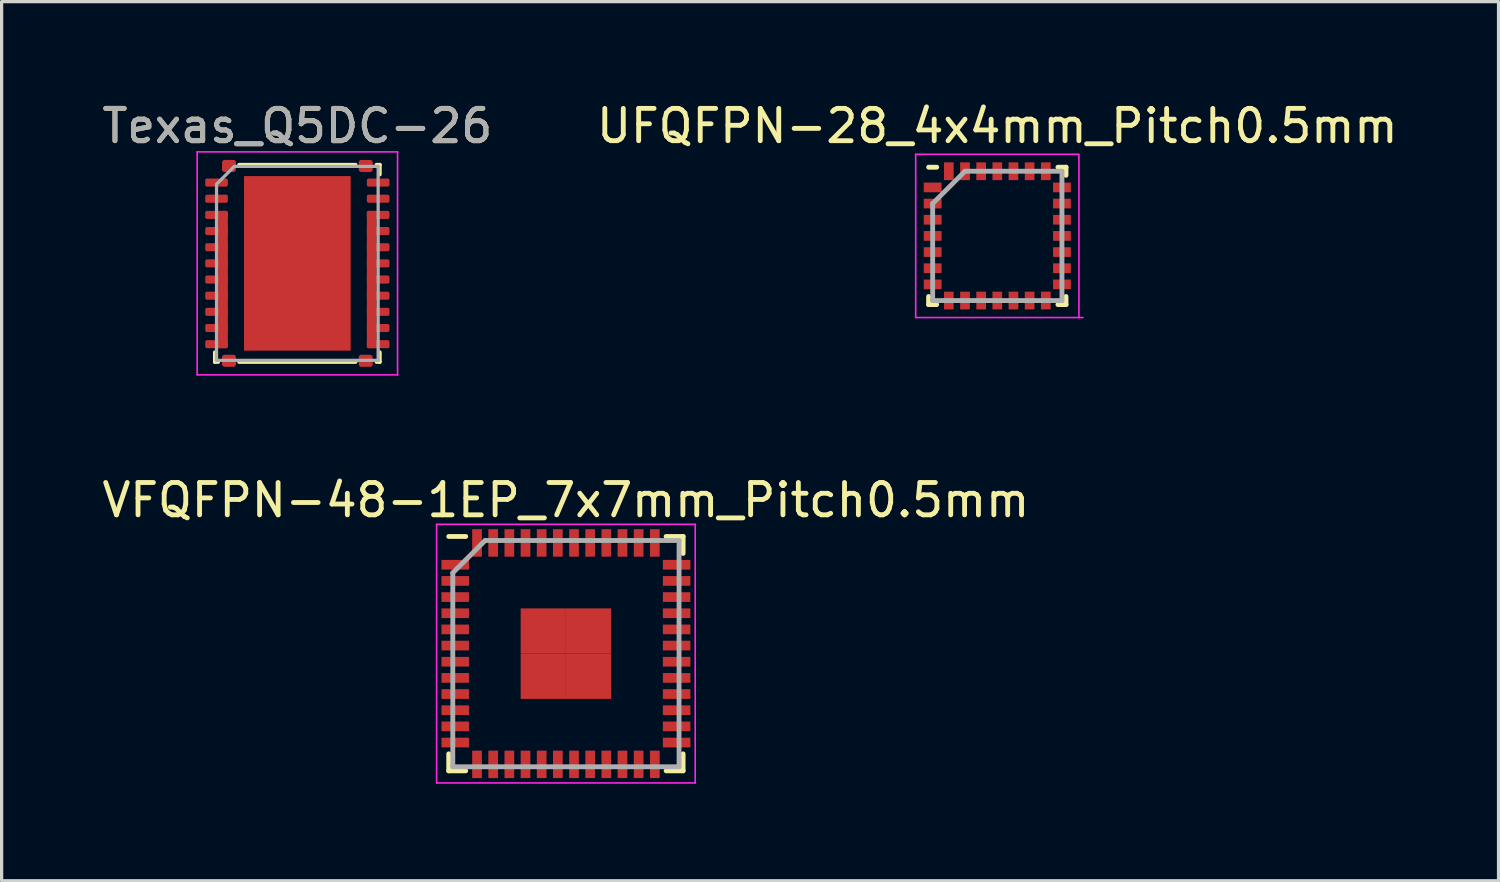
<source format=kicad_pcb>
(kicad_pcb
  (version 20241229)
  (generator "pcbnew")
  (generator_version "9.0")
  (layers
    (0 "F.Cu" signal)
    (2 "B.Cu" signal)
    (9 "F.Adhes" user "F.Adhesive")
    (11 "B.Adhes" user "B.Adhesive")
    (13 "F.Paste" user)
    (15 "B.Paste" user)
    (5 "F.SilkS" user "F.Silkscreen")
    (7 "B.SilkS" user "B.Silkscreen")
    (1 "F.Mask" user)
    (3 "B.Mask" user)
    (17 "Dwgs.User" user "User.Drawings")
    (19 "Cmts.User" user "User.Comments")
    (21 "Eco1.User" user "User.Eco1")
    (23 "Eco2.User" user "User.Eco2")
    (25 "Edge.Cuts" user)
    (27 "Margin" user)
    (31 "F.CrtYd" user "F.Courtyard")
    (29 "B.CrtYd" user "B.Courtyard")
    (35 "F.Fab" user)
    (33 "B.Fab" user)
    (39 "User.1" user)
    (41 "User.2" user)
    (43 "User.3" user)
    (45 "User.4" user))
  (footprint "Texas_Q5DC-26"
    (layer "F.Cu")
    (at 6.149 5.098)
    (property "Reference" "Texas_Q5DC-26" (at 0 -4.25 0) (layer "F.SilkS") (effects (font (size 1 1) (thickness 0.15))))
    (attr smd)
    (fp_line (start -2.55 3.05) (end -2.55 2.75) (stroke (width 0.12) (type solid)) (layer "F.SilkS"))
    (fp_line (start -2.55 3.05) (end -2.45 3.05) (stroke (width 0.12) (type solid)) (layer "F.SilkS"))
    (fp_line (start -1.8 -3.05) (end 1.8 -3.05) (stroke (width 0.12) (type solid)) (layer "F.SilkS"))
    (fp_line (start -1.8 3.05) (end 1.8 3.05) (stroke (width 0.12) (type solid)) (layer "F.SilkS"))
    (fp_line (start 2.45 -3.05) (end 2.55 -3.05) (stroke (width 0.12) (type solid)) (layer "F.SilkS"))
    (fp_line (start 2.45 3.05) (end 2.55 3.05) (stroke (width 0.12) (type solid)) (layer "F.SilkS"))
    (fp_line (start 2.55 -3.05) (end 2.55 -2.75) (stroke (width 0.12) (type solid)) (layer "F.SilkS"))
    (fp_line (start 2.55 3.05) (end 2.55 2.75) (stroke (width 0.12) (type solid)) (layer "F.SilkS"))
    (fp_line (start -3.1 -3.45) (end -3.1 3.45) (stroke (width 0.05) (type solid)) (layer "F.CrtYd"))
    (fp_line (start -3.1 -3.45) (end 3.1 -3.45) (stroke (width 0.05) (type solid)) (layer "F.CrtYd"))
    (fp_line (start -3.1 3.45) (end 3.1 3.45) (stroke (width 0.05) (type solid)) (layer "F.CrtYd"))
    (fp_line (start 3.1 -3.45) (end 3.1 3.45) (stroke (width 0.05) (type solid)) (layer "F.CrtYd"))
    (fp_line (start -2.5 -2.45) (end -2.5 3) (stroke (width 0.1) (type solid)) (layer "F.Fab"))
    (fp_line (start -2.5 3) (end 2.5 3) (stroke (width 0.1) (type solid)) (layer "F.Fab"))
    (fp_line (start -2.47 -2.48) (end -1.95 -3) (stroke (width 0.1) (type solid)) (layer "F.Fab"))
    (fp_line (start -1.95 -3) (end 2.5 -3) (stroke (width 0.1) (type solid)) (layer "F.Fab"))
    (fp_line (start 2.5 -3) (end 2.5 3) (stroke (width 0.1) (type solid)) (layer "F.Fab"))
    (fp_text user "${REFERENCE}" (at 0 -4.25 0) (layer "F.Fab") (effects (font (size 1 1) (thickness 0.15))))
    (pad "" smd rect (at -0.81 -1.98) (size 1.41 1.12) (layers "F.Paste"))
    (pad "" smd rect (at -0.81 -0.66) (size 1.41 1.12) (layers "F.Paste"))
    (pad "" smd rect (at -0.81 0.66) (size 1.41 1.12) (layers "F.Paste"))
    (pad "" smd rect (at -0.81 1.98) (size 1.41 1.12) (layers "F.Paste"))
    (pad "" smd rect (at 0.81 -1.98) (size 1.41 1.12) (layers "F.Paste"))
    (pad "" smd rect (at 0.81 -0.66) (size 1.41 1.12) (layers "F.Paste"))
    (pad "" smd rect (at 0.81 0.66) (size 1.41 1.12) (layers "F.Paste"))
    (pad "" smd rect (at 0.81 1.98) (size 1.41 1.12) (layers "F.Paste"))
    (pad "1" smd roundrect (at -2.5 -2.5) (size 0.7 0.25) (layers "F.Cu" "F.Mask" "F.Paste") (roundrect_rratio 0.21))
    (pad "2" smd roundrect (at -2.5 -2) (size 0.7 0.25) (layers "F.Cu" "F.Mask" "F.Paste") (roundrect_rratio 0.21))
    (pad "3" smd roundrect (at -2.5 -1.5) (size 0.7 0.25) (layers "F.Cu" "F.Mask" "F.Paste") (roundrect_rratio 0.21))
    (pad "3" smd roundrect (at -2.5 -1) (size 0.7 0.25) (layers "F.Cu" "F.Mask" "F.Paste") (roundrect_rratio 0.21))
    (pad "3" smd roundrect (at -2.5 -0.5) (size 0.7 0.25) (layers "F.Cu" "F.Mask" "F.Paste") (roundrect_rratio 0.21))
    (pad "3" smd roundrect (at -2.5 0) (size 0.7 0.25) (layers "F.Cu" "F.Mask" "F.Paste") (roundrect_rratio 0.21))
    (pad "3" smd roundrect (at -2.5 0.5) (size 0.7 0.25) (layers "F.Cu" "F.Mask" "F.Paste") (roundrect_rratio 0.21))
    (pad "3" smd roundrect (at -2.5 1) (size 0.7 0.25) (layers "F.Cu" "F.Mask" "F.Paste") (roundrect_rratio 0.21))
    (pad "3" smd roundrect (at -2.5 1.5) (size 0.7 0.25) (layers "F.Cu" "F.Mask" "F.Paste") (roundrect_rratio 0.21))
    (pad "3" smd roundrect (at -2.5 2) (size 0.7 0.25) (layers "F.Cu" "F.Mask" "F.Paste") (roundrect_rratio 0.21))
    (pad "3" smd roundrect (at -2.5 2.5) (size 0.7 0.25) (layers "F.Cu" "F.Mask" "F.Paste") (roundrect_rratio 0.21))
    (pad "3" smd roundrect (at -2.3 0.5 90) (size 4.25 0.3) (layers "F.Cu" "F.Mask" "F.Paste") (roundrect_rratio 0.21))
    (pad "12" smd roundrect (at 2.3 0.5 90) (size 4.25 0.3) (layers "F.Cu" "F.Mask" "F.Paste") (roundrect_rratio 0.21))
    (pad "12" smd roundrect (at 2.5 -1.5) (size 0.7 0.25) (layers "F.Cu" "F.Mask" "F.Paste") (roundrect_rratio 0.21))
    (pad "12" smd roundrect (at 2.5 -1) (size 0.7 0.25) (layers "F.Cu" "F.Mask" "F.Paste") (roundrect_rratio 0.21))
    (pad "12" smd roundrect (at 2.5 -0.5) (size 0.7 0.25) (layers "F.Cu" "F.Mask" "F.Paste") (roundrect_rratio 0.21))
    (pad "12" smd roundrect (at 2.5 0) (size 0.7 0.25) (layers "F.Cu" "F.Mask" "F.Paste") (roundrect_rratio 0.21))
    (pad "12" smd roundrect (at 2.5 0.5) (size 0.7 0.25) (layers "F.Cu" "F.Mask" "F.Paste") (roundrect_rratio 0.21))
    (pad "12" smd roundrect (at 2.5 1) (size 0.7 0.25) (layers "F.Cu" "F.Mask" "F.Paste") (roundrect_rratio 0.21))
    (pad "12" smd roundrect (at 2.5 1.5) (size 0.7 0.25) (layers "F.Cu" "F.Mask" "F.Paste") (roundrect_rratio 0.21))
    (pad "12" smd roundrect (at 2.5 2) (size 0.7 0.25) (layers "F.Cu" "F.Mask" "F.Paste") (roundrect_rratio 0.21))
    (pad "12" smd roundrect (at 2.5 2.5) (size 0.7 0.25) (layers "F.Cu" "F.Mask" "F.Paste") (roundrect_rratio 0.21))
    (pad "21" smd roundrect (at 2.5 -2) (size 0.7 0.25) (layers "F.Cu" "F.Mask" "F.Paste") (roundrect_rratio 0.21))
    (pad "22" smd roundrect (at 2.5 -2.5) (size 0.7 0.25) (layers "F.Cu" "F.Mask" "F.Paste") (roundrect_rratio 0.21))
    (pad "23" smd roundrect (at -2.115 -3.013) (size 0.43 0.375) (layers "F.Cu" "F.Mask" "F.Paste") (roundrect_rratio 0.21))
    (pad "24" smd roundrect (at -2.115 3.013) (size 0.43 0.375) (layers "F.Cu" "F.Mask" "F.Paste") (roundrect_rratio 0.21))
    (pad "25" smd roundrect (at 2.115 3.013) (size 0.43 0.375) (layers "F.Cu" "F.Mask" "F.Paste") (roundrect_rratio 0.21))
    (pad "26" smd roundrect (at 2.115 -3.013) (size 0.43 0.375) (layers "F.Cu" "F.Mask" "F.Paste") (roundrect_rratio 0.21))
    (pad "27" smd custom (at 0 0) (size 3.3 5.4) (layers "F.Cu" "F.Mask") (options (anchor rect)) (primitives (gr_poly (pts (xy 1.025 1.525) (xy 1.025 -1.525) (xy 0.375 -1.525) (xy 0.375 -1.925) (xy -0.375 -1.925) (xy -0.375 -1.525) (xy -1.025 -1.525) (xy -1.025 1.525) (xy -0.375 1.525) (xy -0.375 1.925) (xy 0.375 1.925) (xy 0.375 1.525)) (width 0) (fill yes)))))
  (footprint "UFQFPN-28_4x4mm_Pitch0.5mm"
    (layer "F.Cu")
    (at 27.804 4.248)
    (property "Reference" "UFQFPN-28_4x4mm_Pitch0.5mm" (at 0 -3.4 0) (layer "F.SilkS") (effects (font (size 1 1) (thickness 0.15))))
    (attr smd)
    (fp_line (start -2.125 -2.125) (end -1.875 -2.125) (stroke (width 0.15) (type solid)) (layer "F.SilkS"))
    (fp_line (start -2.125 2.125) (end -2.125 1.875) (stroke (width 0.15) (type solid)) (layer "F.SilkS"))
    (fp_line (start -2.125 2.125) (end -1.875 2.125) (stroke (width 0.15) (type solid)) (layer "F.SilkS"))
    (fp_line (start 2.125 -2.125) (end 1.875 -2.125) (stroke (width 0.15) (type solid)) (layer "F.SilkS"))
    (fp_line (start 2.125 -2.125) (end 2.125 -1.875) (stroke (width 0.15) (type solid)) (layer "F.SilkS"))
    (fp_line (start 2.125 2.125) (end 1.875 2.125) (stroke (width 0.15) (type solid)) (layer "F.SilkS"))
    (fp_line (start 2.125 2.125) (end 2.125 1.875) (stroke (width 0.15) (type solid)) (layer "F.SilkS"))
    (fp_line (start -2.525 -2.525) (end -2.525 2.525) (stroke (width 0.05) (type solid)) (layer "F.CrtYd"))
    (fp_line (start -2.525 -2.525) (end 2.5 -2.525) (stroke (width 0.05) (type solid)) (layer "F.CrtYd"))
    (fp_line (start -2.525 2.525) (end 2.65 2.525) (stroke (width 0.05) (type solid)) (layer "F.CrtYd"))
    (fp_line (start 2.525 -2.525) (end 2.525 2.525) (stroke (width 0.05) (type solid)) (layer "F.CrtYd"))
    (fp_line (start -2 -1) (end -1 -2) (stroke (width 0.15) (type solid)) (layer "F.Fab"))
    (fp_line (start -2 2) (end -2 -1) (stroke (width 0.15) (type solid)) (layer "F.Fab"))
    (fp_line (start -1 -2) (end 2 -2) (stroke (width 0.15) (type solid)) (layer "F.Fab"))
    (fp_line (start 2 -2) (end 2 2) (stroke (width 0.15) (type solid)) (layer "F.Fab"))
    (fp_line (start 2 2) (end -2 2) (stroke (width 0.15) (type solid)) (layer "F.Fab"))
    (pad "1" smd rect (at -2 -1.5) (size 0.55 0.3) (layers "F.Cu" "F.Mask" "F.Paste"))
    (pad "2" smd rect (at -2 -1) (size 0.55 0.3) (layers "F.Cu" "F.Mask" "F.Paste"))
    (pad "3" smd rect (at -2 -0.5) (size 0.55 0.3) (layers "F.Cu" "F.Mask" "F.Paste"))
    (pad "4" smd rect (at -2 0) (size 0.55 0.3) (layers "F.Cu" "F.Mask" "F.Paste"))
    (pad "5" smd rect (at -2 0.5) (size 0.55 0.3) (layers "F.Cu" "F.Mask" "F.Paste"))
    (pad "6" smd rect (at -2 1) (size 0.55 0.3) (layers "F.Cu" "F.Mask" "F.Paste"))
    (pad "7" smd rect (at -2 1.5) (size 0.55 0.3) (layers "F.Cu" "F.Mask" "F.Paste"))
    (pad "8" smd rect (at -1.5 2 90) (size 0.55 0.3) (layers "F.Cu" "F.Mask" "F.Paste"))
    (pad "9" smd rect (at -1 2 90) (size 0.55 0.3) (layers "F.Cu" "F.Mask" "F.Paste"))
    (pad "10" smd rect (at -0.5 2 90) (size 0.55 0.3) (layers "F.Cu" "F.Mask" "F.Paste"))
    (pad "11" smd rect (at 0 2 90) (size 0.55 0.3) (layers "F.Cu" "F.Mask" "F.Paste"))
    (pad "12" smd rect (at 0.5 2 90) (size 0.55 0.3) (layers "F.Cu" "F.Mask" "F.Paste"))
    (pad "13" smd rect (at 1 2 90) (size 0.55 0.3) (layers "F.Cu" "F.Mask" "F.Paste"))
    (pad "14" smd rect (at 1.5 2 90) (size 0.55 0.3) (layers "F.Cu" "F.Mask" "F.Paste"))
    (pad "15" smd rect (at 2 1.5) (size 0.55 0.3) (layers "F.Cu" "F.Mask" "F.Paste"))
    (pad "16" smd rect (at 2 1) (size 0.55 0.3) (layers "F.Cu" "F.Mask" "F.Paste"))
    (pad "17" smd rect (at 2 0.5) (size 0.55 0.3) (layers "F.Cu" "F.Mask" "F.Paste"))
    (pad "18" smd rect (at 2 0) (size 0.55 0.3) (layers "F.Cu" "F.Mask" "F.Paste"))
    (pad "19" smd rect (at 2 -0.5) (size 0.55 0.3) (layers "F.Cu" "F.Mask" "F.Paste"))
    (pad "20" smd rect (at 2 -1) (size 0.55 0.3) (layers "F.Cu" "F.Mask" "F.Paste"))
    (pad "21" smd rect (at 2 -1.5) (size 0.55 0.3) (layers "F.Cu" "F.Mask" "F.Paste"))
    (pad "22" smd rect (at 1.5 -2 90) (size 0.55 0.3) (layers "F.Cu" "F.Mask" "F.Paste"))
    (pad "23" smd rect (at 1 -2 90) (size 0.55 0.3) (layers "F.Cu" "F.Mask" "F.Paste"))
    (pad "24" smd rect (at 0.5 -2 90) (size 0.55 0.3) (layers "F.Cu" "F.Mask" "F.Paste"))
    (pad "25" smd rect (at 0 -2 90) (size 0.55 0.3) (layers "F.Cu" "F.Mask" "F.Paste"))
    (pad "26" smd rect (at -0.5 -2 90) (size 0.55 0.3) (layers "F.Cu" "F.Mask" "F.Paste"))
    (pad "27" smd rect (at -1 -2 90) (size 0.55 0.3) (layers "F.Cu" "F.Mask" "F.Paste"))
    (pad "28" smd rect (at -1.5 -2 90) (size 0.55 0.3) (layers "F.Cu" "F.Mask" "F.Paste")))
  (footprint "VFQFPN-48-1EP_7x7mm_Pitch0.5mm"
    (layer "F.Cu")
    (at 14.458 17.172)
    (property "Reference" "VFQFPN-48-1EP_7x7mm_Pitch0.5mm" (at 0 -4.75 0) (layer "F.SilkS") (effects (font (size 1 1) (thickness 0.15))))
    (attr smd)
    (fp_line (start -3.625 -3.625) (end -3.1 -3.625) (stroke (width 0.15) (type solid)) (layer "F.SilkS"))
    (fp_line (start -3.625 3.625) (end -3.625 3.1) (stroke (width 0.15) (type solid)) (layer "F.SilkS"))
    (fp_line (start -3.625 3.625) (end -3.1 3.625) (stroke (width 0.15) (type solid)) (layer "F.SilkS"))
    (fp_line (start 3.625 -3.625) (end 3.1 -3.625) (stroke (width 0.15) (type solid)) (layer "F.SilkS"))
    (fp_line (start 3.625 -3.625) (end 3.625 -3.1) (stroke (width 0.15) (type solid)) (layer "F.SilkS"))
    (fp_line (start 3.625 3.625) (end 3.1 3.625) (stroke (width 0.15) (type solid)) (layer "F.SilkS"))
    (fp_line (start 3.625 3.625) (end 3.625 3.1) (stroke (width 0.15) (type solid)) (layer "F.SilkS"))
    (fp_line (start -4 -4) (end -4 4) (stroke (width 0.05) (type solid)) (layer "F.CrtYd"))
    (fp_line (start -4 -4) (end 4 -4) (stroke (width 0.05) (type solid)) (layer "F.CrtYd"))
    (fp_line (start -4 4) (end 4 4) (stroke (width 0.05) (type solid)) (layer "F.CrtYd"))
    (fp_line (start 4 -4) (end 4 4) (stroke (width 0.05) (type solid)) (layer "F.CrtYd"))
    (fp_line (start -3.5 -2.5) (end -2.5 -3.5) (stroke (width 0.15) (type solid)) (layer "F.Fab"))
    (fp_line (start -3.5 3.5) (end -3.5 -2.5) (stroke (width 0.15) (type solid)) (layer "F.Fab"))
    (fp_line (start -2.5 -3.5) (end 3.5 -3.5) (stroke (width 0.15) (type solid)) (layer "F.Fab"))
    (fp_line (start 3.5 -3.5) (end 3.5 3.5) (stroke (width 0.15) (type solid)) (layer "F.Fab"))
    (fp_line (start 3.5 3.5) (end -3.5 3.5) (stroke (width 0.15) (type solid)) (layer "F.Fab"))
    (pad "1" smd rect (at -3.425 -2.75) (size 0.85 0.3) (layers "F.Cu" "F.Mask" "F.Paste"))
    (pad "2" smd rect (at -3.425 -2.25) (size 0.85 0.3) (layers "F.Cu" "F.Mask" "F.Paste"))
    (pad "3" smd rect (at -3.425 -1.75) (size 0.85 0.3) (layers "F.Cu" "F.Mask" "F.Paste"))
    (pad "4" smd rect (at -3.425 -1.25) (size 0.85 0.3) (layers "F.Cu" "F.Mask" "F.Paste"))
    (pad "5" smd rect (at -3.425 -0.75) (size 0.85 0.3) (layers "F.Cu" "F.Mask" "F.Paste"))
    (pad "6" smd rect (at -3.425 -0.25) (size 0.85 0.3) (layers "F.Cu" "F.Mask" "F.Paste"))
    (pad "7" smd rect (at -3.425 0.25) (size 0.85 0.3) (layers "F.Cu" "F.Mask" "F.Paste"))
    (pad "8" smd rect (at -3.425 0.75) (size 0.85 0.3) (layers "F.Cu" "F.Mask" "F.Paste"))
    (pad "9" smd rect (at -3.425 1.25) (size 0.85 0.3) (layers "F.Cu" "F.Mask" "F.Paste"))
    (pad "10" smd rect (at -3.425 1.75) (size 0.85 0.3) (layers "F.Cu" "F.Mask" "F.Paste"))
    (pad "11" smd rect (at -3.425 2.25) (size 0.85 0.3) (layers "F.Cu" "F.Mask" "F.Paste"))
    (pad "12" smd rect (at -3.425 2.75) (size 0.85 0.3) (layers "F.Cu" "F.Mask" "F.Paste"))
    (pad "13" smd rect (at -2.75 3.425 90) (size 0.85 0.3) (layers "F.Cu" "F.Mask" "F.Paste"))
    (pad "14" smd rect (at -2.25 3.425 90) (size 0.85 0.3) (layers "F.Cu" "F.Mask" "F.Paste"))
    (pad "15" smd rect (at -1.75 3.425 270) (size 0.85 0.3) (layers "F.Cu" "F.Mask" "F.Paste"))
    (pad "16" smd rect (at -1.25 3.425 90) (size 0.85 0.3) (layers "F.Cu" "F.Mask" "F.Paste"))
    (pad "17" smd rect (at -0.75 3.425 90) (size 0.85 0.3) (layers "F.Cu" "F.Mask" "F.Paste"))
    (pad "18" smd rect (at -0.25 3.425 90) (size 0.85 0.3) (layers "F.Cu" "F.Mask" "F.Paste"))
    (pad "19" smd rect (at 0.25 3.425 90) (size 0.85 0.3) (layers "F.Cu" "F.Mask" "F.Paste"))
    (pad "20" smd rect (at 0.75 3.425 90) (size 0.85 0.3) (layers "F.Cu" "F.Mask" "F.Paste"))
    (pad "21" smd rect (at 1.25 3.425 90) (size 0.85 0.3) (layers "F.Cu" "F.Mask" "F.Paste"))
    (pad "22" smd rect (at 1.75 3.425 90) (size 0.85 0.3) (layers "F.Cu" "F.Mask" "F.Paste"))
    (pad "23" smd rect (at 2.25 3.425 90) (size 0.85 0.3) (layers "F.Cu" "F.Mask" "F.Paste"))
    (pad "24" smd rect (at 2.75 3.425 90) (size 0.85 0.3) (layers "F.Cu" "F.Mask" "F.Paste"))
    (pad "25" smd rect (at 3.425 2.75 180) (size 0.85 0.3) (layers "F.Cu" "F.Mask" "F.Paste"))
    (pad "26" smd rect (at 3.425 2.25 180) (size 0.85 0.3) (layers "F.Cu" "F.Mask" "F.Paste"))
    (pad "27" smd rect (at 3.425 1.75 180) (size 0.85 0.3) (layers "F.Cu" "F.Mask" "F.Paste"))
    (pad "28" smd rect (at 3.425 1.25 180) (size 0.85 0.3) (layers "F.Cu" "F.Mask" "F.Paste"))
    (pad "29" smd rect (at 3.425 0.75 180) (size 0.85 0.3) (layers "F.Cu" "F.Mask" "F.Paste"))
    (pad "30" smd rect (at 3.425 0.25 180) (size 0.85 0.3) (layers "F.Cu" "F.Mask" "F.Paste"))
    (pad "31" smd rect (at 3.425 -0.25 180) (size 0.85 0.3) (layers "F.Cu" "F.Mask" "F.Paste"))
    (pad "32" smd rect (at 3.425 -0.75 180) (size 0.85 0.3) (layers "F.Cu" "F.Mask" "F.Paste"))
    (pad "33" smd rect (at 3.425 -1.25 180) (size 0.85 0.3) (layers "F.Cu" "F.Mask" "F.Paste"))
    (pad "34" smd rect (at 3.425 -1.75 180) (size 0.85 0.3) (layers "F.Cu" "F.Mask" "F.Paste"))
    (pad "35" smd rect (at 3.425 -2.25 180) (size 0.85 0.3) (layers "F.Cu" "F.Mask" "F.Paste"))
    (pad "36" smd rect (at 3.425 -2.75 180) (size 0.85 0.3) (layers "F.Cu" "F.Mask" "F.Paste"))
    (pad "37" smd rect (at 2.75 -3.425 270) (size 0.85 0.3) (layers "F.Cu" "F.Mask" "F.Paste"))
    (pad "38" smd rect (at 2.25 -3.425 270) (size 0.85 0.3) (layers "F.Cu" "F.Mask" "F.Paste"))
    (pad "39" smd rect (at 1.75 -3.425 90) (size 0.85 0.3) (layers "F.Cu" "F.Mask" "F.Paste"))
    (pad "40" smd rect (at 1.25 -3.425 270) (size 0.85 0.3) (layers "F.Cu" "F.Mask" "F.Paste"))
    (pad "41" smd rect (at 0.75 -3.425 270) (size 0.85 0.3) (layers "F.Cu" "F.Mask" "F.Paste"))
    (pad "42" smd rect (at 0.25 -3.425 270) (size 0.85 0.3) (layers "F.Cu" "F.Mask" "F.Paste"))
    (pad "43" smd rect (at -0.25 -3.425 270) (size 0.85 0.3) (layers "F.Cu" "F.Mask" "F.Paste"))
    (pad "44" smd rect (at -0.75 -3.425 270) (size 0.85 0.3) (layers "F.Cu" "F.Mask" "F.Paste"))
    (pad "45" smd rect (at -1.25 -3.425 270) (size 0.85 0.3) (layers "F.Cu" "F.Mask" "F.Paste"))
    (pad "46" smd rect (at -1.75 -3.425 270) (size 0.85 0.3) (layers "F.Cu" "F.Mask" "F.Paste"))
    (pad "47" smd rect (at -2.25 -3.425 270) (size 0.85 0.3) (layers "F.Cu" "F.Mask" "F.Paste"))
    (pad "48" smd rect (at -2.75 -3.425 270) (size 0.85 0.3) (layers "F.Cu" "F.Mask" "F.Paste"))
    (pad "49" smd rect (at -0.7 -0.7) (size 1.4 1.4) (layers "F.Cu" "F.Mask" "F.Paste"))
    (pad "49" smd rect (at -0.7 0.7) (size 1.4 1.4) (layers "F.Cu" "F.Mask" "F.Paste"))
    (pad "49" smd rect (at 0.7 -0.7) (size 1.4 1.4) (layers "F.Cu" "F.Mask" "F.Paste"))
    (pad "49" smd rect (at 0.7 0.7 90) (size 1.4 1.4) (layers "F.Cu" "F.Mask" "F.Paste")))
  (gr_rect
    (start -3 -3)
    (end 43.31 24.197)
    (stroke (width 0.1) (type default))
    (fill no)
    (layer "Edge.Cuts")))
</source>
